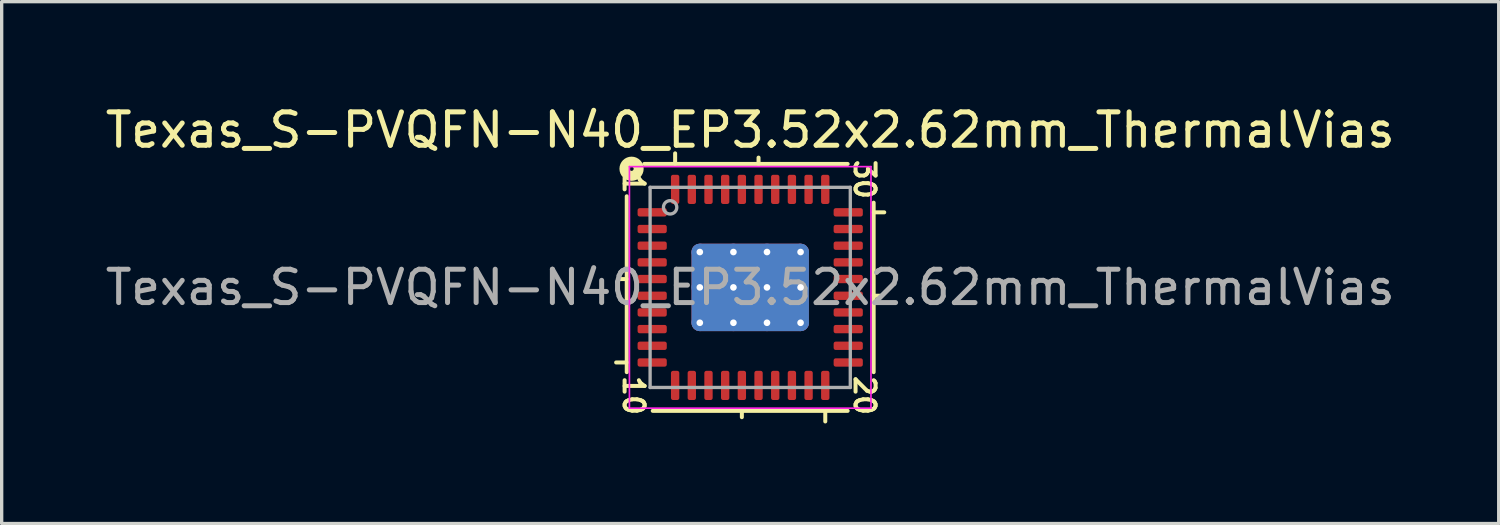
<source format=kicad_pcb>
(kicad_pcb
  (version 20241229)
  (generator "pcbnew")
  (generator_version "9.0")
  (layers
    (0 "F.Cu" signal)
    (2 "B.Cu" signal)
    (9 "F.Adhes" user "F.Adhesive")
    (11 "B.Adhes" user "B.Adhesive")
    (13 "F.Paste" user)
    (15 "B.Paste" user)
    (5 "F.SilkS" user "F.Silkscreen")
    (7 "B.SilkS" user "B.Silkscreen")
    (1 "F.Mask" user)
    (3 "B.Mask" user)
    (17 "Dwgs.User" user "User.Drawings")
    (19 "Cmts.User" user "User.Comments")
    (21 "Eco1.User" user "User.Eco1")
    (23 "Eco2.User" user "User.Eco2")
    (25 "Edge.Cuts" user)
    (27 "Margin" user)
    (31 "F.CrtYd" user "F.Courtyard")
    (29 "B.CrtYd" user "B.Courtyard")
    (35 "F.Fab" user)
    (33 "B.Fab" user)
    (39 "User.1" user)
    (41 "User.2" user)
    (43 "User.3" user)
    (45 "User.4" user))
  (footprint "Texas_S-PVQFN-N40_EP3.52x2.62mm_ThermalVias"
    (layer "F.Cu")
    (at 19.435 5.564)
    (property "Reference" "Texas_S-PVQFN-N40_EP3.52x2.62mm_ThermalVias" (at 0 -4.716 0) (layer "F.SilkS") (effects (font (size 1 1) (thickness 0.15))))
    (attr smd)
    (fp_line (start -3.7 -2.731) (end -3.7 2.54) (stroke (width 0.12) (type solid)) (layer "F.SilkS"))
    (fp_line (start -3.7 -0.25) (end -3.89 -0.25) (stroke (width 0.12) (type solid)) (layer "F.SilkS"))
    (fp_line (start -3.7 2.25) (end -4.018 2.25) (stroke (width 0.12) (type solid)) (layer "F.SilkS"))
    (fp_line (start -2.921 3.7) (end 2.921 3.7) (stroke (width 0.12) (type solid)) (layer "F.SilkS"))
    (fp_line (start -2.25 -3.7) (end -2.25 -4.018) (stroke (width 0.12) (type solid)) (layer "F.SilkS"))
    (fp_line (start -0.25 3.7) (end -0.25 3.89) (stroke (width 0.12) (type solid)) (layer "F.SilkS"))
    (fp_line (start 0.25 -3.7) (end 0.25 -3.89) (stroke (width 0.12) (type solid)) (layer "F.SilkS"))
    (fp_line (start 2.25 3.7) (end 2.25 4.018) (stroke (width 0.12) (type solid)) (layer "F.SilkS"))
    (fp_line (start 2.921 -3.7) (end -3.175 -3.7) (stroke (width 0.12) (type solid)) (layer "F.SilkS"))
    (fp_line (start 3.7 -2.25) (end 4.018 -2.25) (stroke (width 0.12) (type solid)) (layer "F.SilkS"))
    (fp_line (start 3.7 0.25) (end 3.89 0.25) (stroke (width 0.12) (type solid)) (layer "F.SilkS"))
    (fp_line (start 3.7 2.54) (end 3.7 -2.54) (stroke (width 0.12) (type solid)) (layer "F.SilkS"))
    (fp_circle (center -3.556 -3.556) (end -3.493 -3.556) (stroke (width 0.3) (type solid)) (fill no) (layer "F.SilkS"))
    (fp_line (start -3.62 -3.62) (end -3.62 3.62) (stroke (width 0.05) (type solid)) (layer "F.CrtYd"))
    (fp_line (start -3.62 3.62) (end 3.62 3.62) (stroke (width 0.05) (type solid)) (layer "F.CrtYd"))
    (fp_line (start 3.62 -3.62) (end -3.62 -3.62) (stroke (width 0.05) (type solid)) (layer "F.CrtYd"))
    (fp_line (start 3.62 3.62) (end 3.62 -3.62) (stroke (width 0.05) (type solid)) (layer "F.CrtYd"))
    (fp_line (start -3 -3) (end 3 -3) (stroke (width 0.1) (type solid)) (layer "F.Fab"))
    (fp_line (start -3 3) (end -3 -3) (stroke (width 0.1) (type solid)) (layer "F.Fab"))
    (fp_line (start 3 -3) (end 3 3) (stroke (width 0.1) (type solid)) (layer "F.Fab"))
    (fp_line (start 3 3) (end -3 3) (stroke (width 0.1) (type solid)) (layer "F.Fab"))
    (fp_circle (center -2.4 -2.4) (end -2.2 -2.4) (stroke (width 0.1) (type solid)) (fill no) (layer "F.Fab"))
    (fp_text user "10" (at -3.493 3.239 270) (unlocked yes) (layer "F.SilkS") (effects (font (size 0.6 0.6) (thickness 0.12))))
    (fp_text user "30" (at 3.429 -3.239 270) (unlocked yes) (layer "F.SilkS") (effects (font (size 0.6 0.6) (thickness 0.12))))
    (fp_text user "1" (at -3.493 -3.111 270) (unlocked yes) (layer "F.SilkS") (effects (font (size 0.6 0.6) (thickness 0.12))))
    (fp_text user "20" (at 3.429 3.239 270) (unlocked yes) (layer "F.SilkS") (effects (font (size 0.6 0.6) (thickness 0.12))))
    (fp_text user "${REFERENCE}" (at 0 0 0) (layer "F.Fab") (effects (font (size 1 1) (thickness 0.15))))
    (pad "" smd roundrect (at -1.17 -0.655) (size 0.98 1.1) (layers "F.Paste") (roundrect_rratio 0.25))
    (pad "" smd roundrect (at -1.17 0.655) (size 0.98 1.1) (layers "F.Paste") (roundrect_rratio 0.25))
    (pad "" smd roundrect (at 0 -0.655) (size 0.98 1.1) (layers "F.Paste") (roundrect_rratio 0.25))
    (pad "" smd roundrect (at 0 0.655) (size 0.98 1.1) (layers "F.Paste") (roundrect_rratio 0.25))
    (pad "" smd roundrect (at 1.17 -0.655) (size 0.98 1.1) (layers "F.Paste") (roundrect_rratio 0.25))
    (pad "" smd roundrect (at 1.17 0.655) (size 0.98 1.1) (layers "F.Paste") (roundrect_rratio 0.25))
    (pad "1" smd roundrect (at -2.938 -2.25) (size 0.875 0.25) (layers "F.Cu" "F.Mask" "F.Paste") (roundrect_rratio 0.25))
    (pad "2" smd roundrect (at -2.938 -1.75) (size 0.875 0.25) (layers "F.Cu" "F.Mask" "F.Paste") (roundrect_rratio 0.25))
    (pad "3" smd roundrect (at -2.938 -1.25) (size 0.875 0.25) (layers "F.Cu" "F.Mask" "F.Paste") (roundrect_rratio 0.25))
    (pad "4" smd roundrect (at -2.938 -0.75) (size 0.875 0.25) (layers "F.Cu" "F.Mask" "F.Paste") (roundrect_rratio 0.25))
    (pad "5" smd roundrect (at -2.938 -0.25) (size 0.875 0.25) (layers "F.Cu" "F.Mask" "F.Paste") (roundrect_rratio 0.25))
    (pad "6" smd roundrect (at -2.938 0.25) (size 0.875 0.25) (layers "F.Cu" "F.Mask" "F.Paste") (roundrect_rratio 0.25))
    (pad "7" smd roundrect (at -2.938 0.75) (size 0.875 0.25) (layers "F.Cu" "F.Mask" "F.Paste") (roundrect_rratio 0.25))
    (pad "8" smd roundrect (at -2.938 1.25) (size 0.875 0.25) (layers "F.Cu" "F.Mask" "F.Paste") (roundrect_rratio 0.25))
    (pad "9" smd roundrect (at -2.938 1.75) (size 0.875 0.25) (layers "F.Cu" "F.Mask" "F.Paste") (roundrect_rratio 0.25))
    (pad "10" smd roundrect (at -2.938 2.25) (size 0.875 0.25) (layers "F.Cu" "F.Mask" "F.Paste") (roundrect_rratio 0.25))
    (pad "11" smd roundrect (at -2.25 2.938) (size 0.25 0.875) (layers "F.Cu" "F.Mask" "F.Paste") (roundrect_rratio 0.25))
    (pad "12" smd roundrect (at -1.75 2.938) (size 0.25 0.875) (layers "F.Cu" "F.Mask" "F.Paste") (roundrect_rratio 0.25))
    (pad "13" smd roundrect (at -1.25 2.938) (size 0.25 0.875) (layers "F.Cu" "F.Mask" "F.Paste") (roundrect_rratio 0.25))
    (pad "14" smd roundrect (at -0.75 2.938) (size 0.25 0.875) (layers "F.Cu" "F.Mask" "F.Paste") (roundrect_rratio 0.25))
    (pad "15" smd roundrect (at -0.25 2.938) (size 0.25 0.875) (layers "F.Cu" "F.Mask" "F.Paste") (roundrect_rratio 0.25))
    (pad "16" smd roundrect (at 0.25 2.938) (size 0.25 0.875) (layers "F.Cu" "F.Mask" "F.Paste") (roundrect_rratio 0.25))
    (pad "17" smd roundrect (at 0.75 2.938) (size 0.25 0.875) (layers "F.Cu" "F.Mask" "F.Paste") (roundrect_rratio 0.25))
    (pad "18" smd roundrect (at 1.25 2.938) (size 0.25 0.875) (layers "F.Cu" "F.Mask" "F.Paste") (roundrect_rratio 0.25))
    (pad "19" smd roundrect (at 1.75 2.938) (size 0.25 0.875) (layers "F.Cu" "F.Mask" "F.Paste") (roundrect_rratio 0.25))
    (pad "20" smd roundrect (at 2.25 2.938) (size 0.25 0.875) (layers "F.Cu" "F.Mask" "F.Paste") (roundrect_rratio 0.25))
    (pad "21" smd roundrect (at 2.938 2.25) (size 0.875 0.25) (layers "F.Cu" "F.Mask" "F.Paste") (roundrect_rratio 0.25))
    (pad "22" smd roundrect (at 2.938 1.75) (size 0.875 0.25) (layers "F.Cu" "F.Mask" "F.Paste") (roundrect_rratio 0.25))
    (pad "23" smd roundrect (at 2.938 1.25) (size 0.875 0.25) (layers "F.Cu" "F.Mask" "F.Paste") (roundrect_rratio 0.25))
    (pad "24" smd roundrect (at 2.938 0.75) (size 0.875 0.25) (layers "F.Cu" "F.Mask" "F.Paste") (roundrect_rratio 0.25))
    (pad "25" smd roundrect (at 2.938 0.25) (size 0.875 0.25) (layers "F.Cu" "F.Mask" "F.Paste") (roundrect_rratio 0.25))
    (pad "26" smd roundrect (at 2.938 -0.25) (size 0.875 0.25) (layers "F.Cu" "F.Mask" "F.Paste") (roundrect_rratio 0.25))
    (pad "27" smd roundrect (at 2.938 -0.75) (size 0.875 0.25) (layers "F.Cu" "F.Mask" "F.Paste") (roundrect_rratio 0.25))
    (pad "28" smd roundrect (at 2.938 -1.25) (size 0.875 0.25) (layers "F.Cu" "F.Mask" "F.Paste") (roundrect_rratio 0.25))
    (pad "29" smd roundrect (at 2.938 -1.75) (size 0.875 0.25) (layers "F.Cu" "F.Mask" "F.Paste") (roundrect_rratio 0.25))
    (pad "30" smd roundrect (at 2.938 -2.25) (size 0.875 0.25) (layers "F.Cu" "F.Mask" "F.Paste") (roundrect_rratio 0.25))
    (pad "31" smd roundrect (at 2.25 -2.938) (size 0.25 0.875) (layers "F.Cu" "F.Mask" "F.Paste") (roundrect_rratio 0.25))
    (pad "32" smd roundrect (at 1.75 -2.938) (size 0.25 0.875) (layers "F.Cu" "F.Mask" "F.Paste") (roundrect_rratio 0.25))
    (pad "33" smd roundrect (at 1.25 -2.938) (size 0.25 0.875) (layers "F.Cu" "F.Mask" "F.Paste") (roundrect_rratio 0.25))
    (pad "34" smd roundrect (at 0.75 -2.938) (size 0.25 0.875) (layers "F.Cu" "F.Mask" "F.Paste") (roundrect_rratio 0.25))
    (pad "35" smd roundrect (at 0.25 -2.938) (size 0.25 0.875) (layers "F.Cu" "F.Mask" "F.Paste") (roundrect_rratio 0.25))
    (pad "36" smd roundrect (at -0.25 -2.938) (size 0.25 0.875) (layers "F.Cu" "F.Mask" "F.Paste") (roundrect_rratio 0.25))
    (pad "37" smd roundrect (at -0.75 -2.938) (size 0.25 0.875) (layers "F.Cu" "F.Mask" "F.Paste") (roundrect_rratio 0.25))
    (pad "38" smd roundrect (at -1.25 -2.938) (size 0.25 0.875) (layers "F.Cu" "F.Mask" "F.Paste") (roundrect_rratio 0.25))
    (pad "39" smd roundrect (at -1.75 -2.938) (size 0.25 0.875) (layers "F.Cu" "F.Mask" "F.Paste") (roundrect_rratio 0.25))
    (pad "40" smd roundrect (at -2.25 -2.938) (size 0.25 0.875) (layers "F.Cu" "F.Mask" "F.Paste") (roundrect_rratio 0.25))
    (pad "41" thru_hole circle (at -1.51 -1.06) (size 0.5 0.5) (drill 0.2) (property pad_prop_heatsink) (layers "*.Cu"))
    (pad "41" thru_hole circle (at -1.51 0) (size 0.5 0.5) (drill 0.2) (property pad_prop_heatsink) (layers "*.Cu"))
    (pad "41" thru_hole circle (at -1.51 1.06) (size 0.5 0.5) (drill 0.2) (property pad_prop_heatsink) (layers "*.Cu"))
    (pad "41" thru_hole circle (at -0.503 -1.06) (size 0.5 0.5) (drill 0.2) (property pad_prop_heatsink) (layers "*.Cu"))
    (pad "41" thru_hole circle (at -0.503 0) (size 0.5 0.5) (drill 0.2) (property pad_prop_heatsink) (layers "*.Cu"))
    (pad "41" thru_hole circle (at -0.503 1.06) (size 0.5 0.5) (drill 0.2) (property pad_prop_heatsink) (layers "*.Cu"))
    (pad "41" smd roundrect (at 0 0) (size 3.52 2.62) (layers "F.Cu" "F.Mask") (roundrect_rratio 0.095))
    (pad "41" smd roundrect (at 0 0) (size 3.52 2.62) (layers "B.Cu" "B.Mask") (roundrect_rratio 0.095))
    (pad "41" thru_hole circle (at 0.503 -1.06) (size 0.5 0.5) (drill 0.2) (property pad_prop_heatsink) (layers "*.Cu"))
    (pad "41" thru_hole circle (at 0.503 0) (size 0.5 0.5) (drill 0.2) (property pad_prop_heatsink) (layers "*.Cu"))
    (pad "41" thru_hole circle (at 0.503 1.06) (size 0.5 0.5) (drill 0.2) (property pad_prop_heatsink) (layers "*.Cu"))
    (pad "41" thru_hole circle (at 1.51 -1.06) (size 0.5 0.5) (drill 0.2) (property pad_prop_heatsink) (layers "*.Cu"))
    (pad "41" thru_hole circle (at 1.51 0) (size 0.5 0.5) (drill 0.2) (property pad_prop_heatsink) (layers "*.Cu"))
    (pad "41" thru_hole circle (at 1.51 1.06) (size 0.5 0.5) (drill 0.2) (property pad_prop_heatsink) (layers "*.Cu")))
  (gr_rect
    (start -3 -3)
    (end 41.869 12.642)
    (stroke (width 0.1) (type default))
    (fill no)
    (layer "Edge.Cuts")))
</source>
